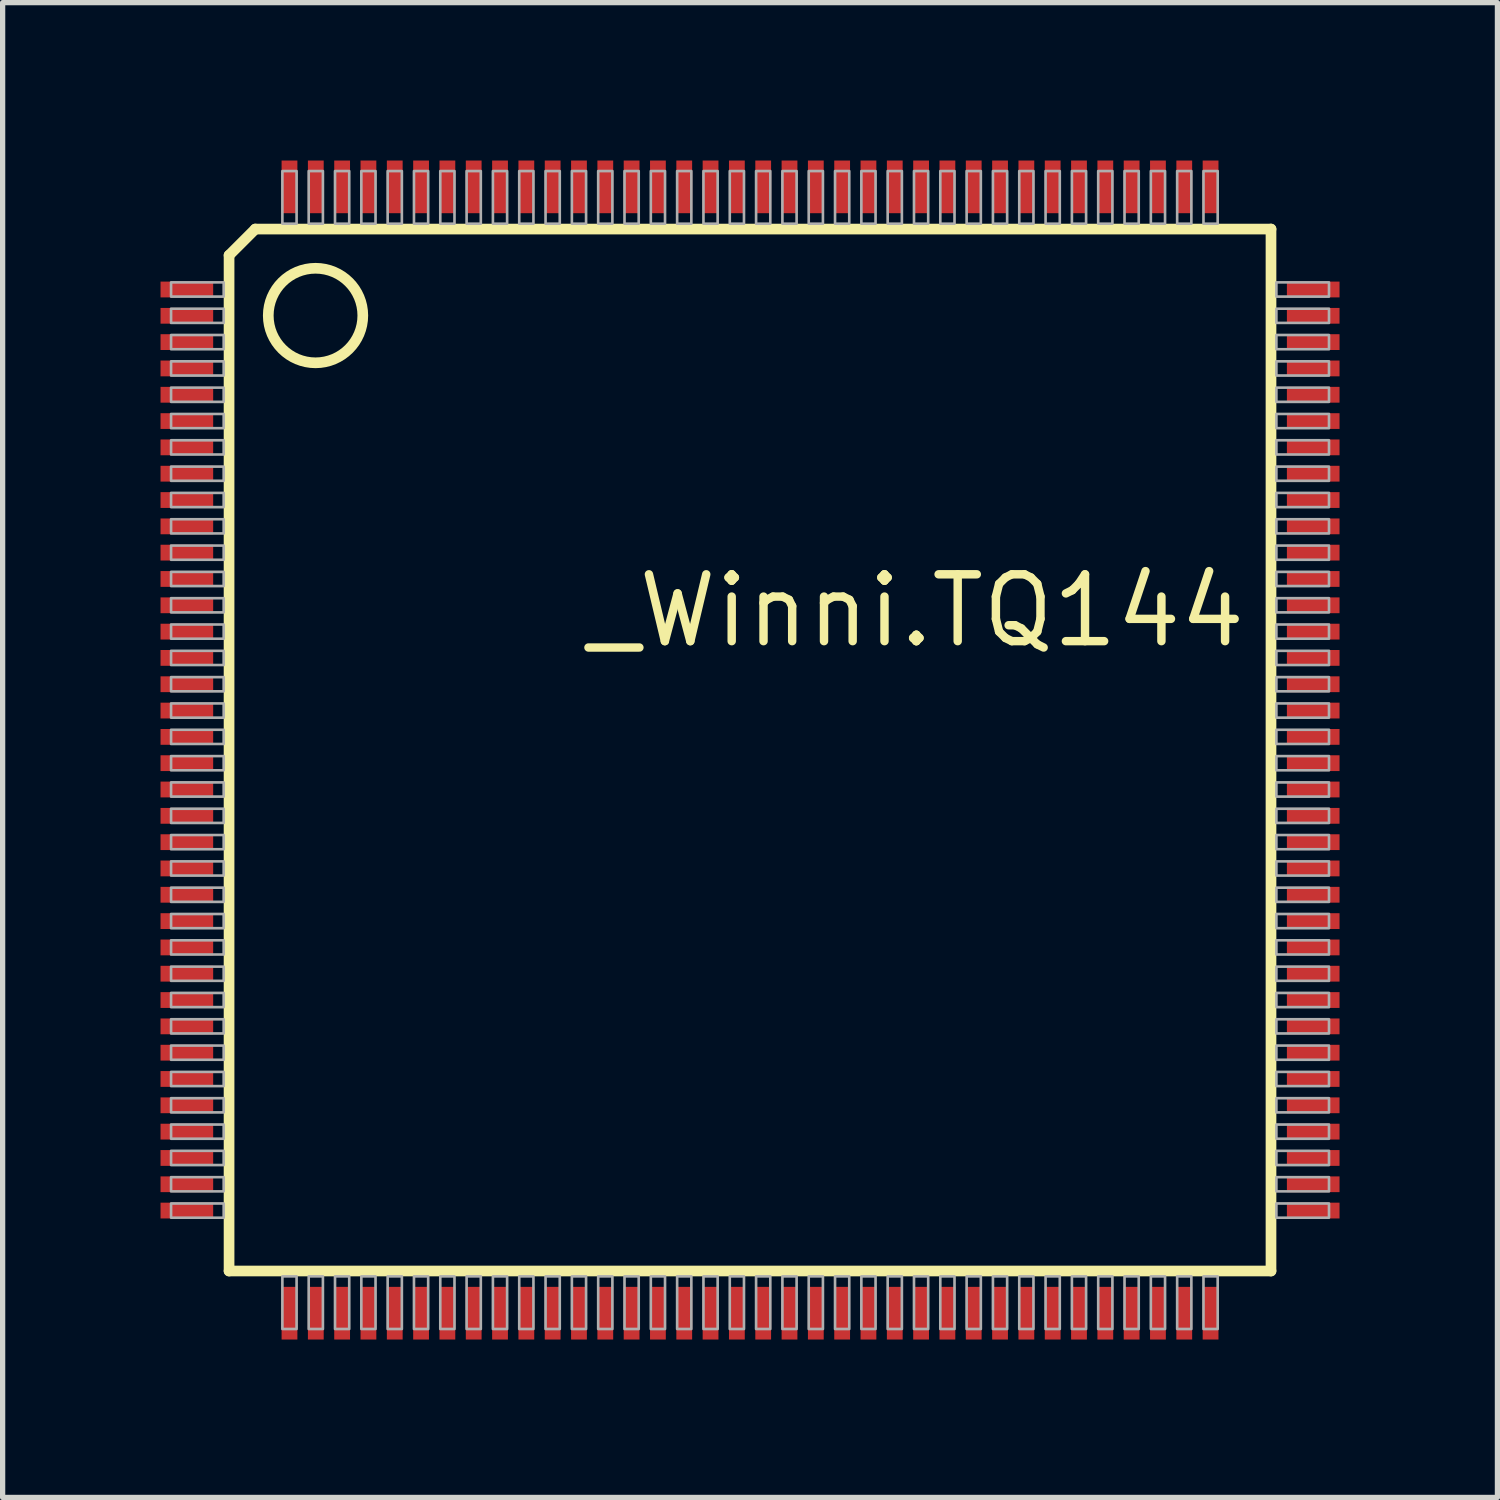
<source format=kicad_pcb>
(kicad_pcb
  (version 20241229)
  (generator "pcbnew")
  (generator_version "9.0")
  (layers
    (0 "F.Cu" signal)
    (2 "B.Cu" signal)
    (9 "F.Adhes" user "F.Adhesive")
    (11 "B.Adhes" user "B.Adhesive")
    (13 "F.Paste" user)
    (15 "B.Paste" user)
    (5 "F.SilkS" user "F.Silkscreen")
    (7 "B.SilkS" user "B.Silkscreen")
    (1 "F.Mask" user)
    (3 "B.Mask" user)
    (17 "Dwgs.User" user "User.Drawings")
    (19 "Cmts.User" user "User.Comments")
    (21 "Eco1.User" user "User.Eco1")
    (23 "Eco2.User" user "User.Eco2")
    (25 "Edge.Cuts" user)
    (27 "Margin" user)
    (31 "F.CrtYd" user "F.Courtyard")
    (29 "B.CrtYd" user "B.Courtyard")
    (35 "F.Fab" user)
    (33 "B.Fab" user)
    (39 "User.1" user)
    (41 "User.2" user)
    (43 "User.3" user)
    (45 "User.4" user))
  (footprint "_Winni.TQ144"
    (layer "F.Cu")
    (at 11.2 11.2)
    (property "Reference" "_Winni.TQ144" (at -3.175 -1.905 0) (layer "F.SilkS") (effects (font (size 1.27 1.27) (thickness 0.16)) (justify left bottom)))
    (attr smd)
    (fp_line (start -9.898 -9.4) (end -9.898 9.898) (stroke (width 0.203) (type default)) (layer "F.SilkS"))
    (fp_line (start -9.898 -9.4) (end -9.4 -9.898) (stroke (width 0.203) (type default)) (layer "F.SilkS"))
    (fp_line (start -9.898 9.898) (end 9.898 9.898) (stroke (width 0.203) (type default)) (layer "F.SilkS"))
    (fp_line (start 9.898 -9.898) (end -9.4 -9.898) (stroke (width 0.203) (type default)) (layer "F.SilkS"))
    (fp_line (start 9.898 9.898) (end 9.898 -9.898) (stroke (width 0.203) (type default)) (layer "F.SilkS"))
    (fp_circle (center -8.255 -8.255) (end -7.357 -8.255) (stroke (width 0.203) (type default)) (fill no) (layer "F.SilkS"))
    (fp_rect (start -11 -8.615) (end -10 -8.885) (stroke (width 0.05) (type default)) (fill no) (layer "F.Fab"))
    (fp_rect (start -11 -8.115) (end -10 -8.385) (stroke (width 0.05) (type default)) (fill no) (layer "F.Fab"))
    (fp_rect (start -11 -7.615) (end -10 -7.885) (stroke (width 0.05) (type default)) (fill no) (layer "F.Fab"))
    (fp_rect (start -11 -7.115) (end -10 -7.385) (stroke (width 0.05) (type default)) (fill no) (layer "F.Fab"))
    (fp_rect (start -11 -6.615) (end -10 -6.885) (stroke (width 0.05) (type default)) (fill no) (layer "F.Fab"))
    (fp_rect (start -11 -6.115) (end -10 -6.385) (stroke (width 0.05) (type default)) (fill no) (layer "F.Fab"))
    (fp_rect (start -11 -5.615) (end -10 -5.885) (stroke (width 0.05) (type default)) (fill no) (layer "F.Fab"))
    (fp_rect (start -11 -5.115) (end -10 -5.385) (stroke (width 0.05) (type default)) (fill no) (layer "F.Fab"))
    (fp_rect (start -11 -4.615) (end -10 -4.885) (stroke (width 0.05) (type default)) (fill no) (layer "F.Fab"))
    (fp_rect (start -11 -4.115) (end -10 -4.385) (stroke (width 0.05) (type default)) (fill no) (layer "F.Fab"))
    (fp_rect (start -11 -3.615) (end -10 -3.885) (stroke (width 0.05) (type default)) (fill no) (layer "F.Fab"))
    (fp_rect (start -11 -3.115) (end -10 -3.385) (stroke (width 0.05) (type default)) (fill no) (layer "F.Fab"))
    (fp_rect (start -11 -2.615) (end -10 -2.885) (stroke (width 0.05) (type default)) (fill no) (layer "F.Fab"))
    (fp_rect (start -11 -2.115) (end -10 -2.385) (stroke (width 0.05) (type default)) (fill no) (layer "F.Fab"))
    (fp_rect (start -11 -1.615) (end -10 -1.885) (stroke (width 0.05) (type default)) (fill no) (layer "F.Fab"))
    (fp_rect (start -11 -1.115) (end -10 -1.385) (stroke (width 0.05) (type default)) (fill no) (layer "F.Fab"))
    (fp_rect (start -11 -0.615) (end -10 -0.885) (stroke (width 0.05) (type default)) (fill no) (layer "F.Fab"))
    (fp_rect (start -11 -0.115) (end -10 -0.385) (stroke (width 0.05) (type default)) (fill no) (layer "F.Fab"))
    (fp_rect (start -11 0.385) (end -10 0.115) (stroke (width 0.05) (type default)) (fill no) (layer "F.Fab"))
    (fp_rect (start -11 0.885) (end -10 0.615) (stroke (width 0.05) (type default)) (fill no) (layer "F.Fab"))
    (fp_rect (start -11 1.385) (end -10 1.115) (stroke (width 0.05) (type default)) (fill no) (layer "F.Fab"))
    (fp_rect (start -11 1.885) (end -10 1.615) (stroke (width 0.05) (type default)) (fill no) (layer "F.Fab"))
    (fp_rect (start -11 2.385) (end -10 2.115) (stroke (width 0.05) (type default)) (fill no) (layer "F.Fab"))
    (fp_rect (start -11 2.885) (end -10 2.615) (stroke (width 0.05) (type default)) (fill no) (layer "F.Fab"))
    (fp_rect (start -11 3.385) (end -10 3.115) (stroke (width 0.05) (type default)) (fill no) (layer "F.Fab"))
    (fp_rect (start -11 3.885) (end -10 3.615) (stroke (width 0.05) (type default)) (fill no) (layer "F.Fab"))
    (fp_rect (start -11 4.385) (end -10 4.115) (stroke (width 0.05) (type default)) (fill no) (layer "F.Fab"))
    (fp_rect (start -11 4.885) (end -10 4.615) (stroke (width 0.05) (type default)) (fill no) (layer "F.Fab"))
    (fp_rect (start -11 5.385) (end -10 5.115) (stroke (width 0.05) (type default)) (fill no) (layer "F.Fab"))
    (fp_rect (start -11 5.885) (end -10 5.615) (stroke (width 0.05) (type default)) (fill no) (layer "F.Fab"))
    (fp_rect (start -11 6.385) (end -10 6.115) (stroke (width 0.05) (type default)) (fill no) (layer "F.Fab"))
    (fp_rect (start -11 6.885) (end -10 6.615) (stroke (width 0.05) (type default)) (fill no) (layer "F.Fab"))
    (fp_rect (start -11 7.385) (end -10 7.115) (stroke (width 0.05) (type default)) (fill no) (layer "F.Fab"))
    (fp_rect (start -11 7.885) (end -10 7.615) (stroke (width 0.05) (type default)) (fill no) (layer "F.Fab"))
    (fp_rect (start -11 8.385) (end -10 8.115) (stroke (width 0.05) (type default)) (fill no) (layer "F.Fab"))
    (fp_rect (start -11 8.885) (end -10 8.615) (stroke (width 0.05) (type default)) (fill no) (layer "F.Fab"))
    (fp_rect (start -8.885 -10) (end -8.615 -11) (stroke (width 0.05) (type default)) (fill no) (layer "F.Fab"))
    (fp_rect (start -8.885 11) (end -8.615 10) (stroke (width 0.05) (type default)) (fill no) (layer "F.Fab"))
    (fp_rect (start -8.385 -10) (end -8.115 -11) (stroke (width 0.05) (type default)) (fill no) (layer "F.Fab"))
    (fp_rect (start -8.385 11) (end -8.115 10) (stroke (width 0.05) (type default)) (fill no) (layer "F.Fab"))
    (fp_rect (start -7.885 -10) (end -7.615 -11) (stroke (width 0.05) (type default)) (fill no) (layer "F.Fab"))
    (fp_rect (start -7.885 11) (end -7.615 10) (stroke (width 0.05) (type default)) (fill no) (layer "F.Fab"))
    (fp_rect (start -7.385 -10) (end -7.115 -11) (stroke (width 0.05) (type default)) (fill no) (layer "F.Fab"))
    (fp_rect (start -7.385 11) (end -7.115 10) (stroke (width 0.05) (type default)) (fill no) (layer "F.Fab"))
    (fp_rect (start -6.885 -10) (end -6.615 -11) (stroke (width 0.05) (type default)) (fill no) (layer "F.Fab"))
    (fp_rect (start -6.885 11) (end -6.615 10) (stroke (width 0.05) (type default)) (fill no) (layer "F.Fab"))
    (fp_rect (start -6.385 -10) (end -6.115 -11) (stroke (width 0.05) (type default)) (fill no) (layer "F.Fab"))
    (fp_rect (start -6.385 11) (end -6.115 10) (stroke (width 0.05) (type default)) (fill no) (layer "F.Fab"))
    (fp_rect (start -5.885 -10) (end -5.615 -11) (stroke (width 0.05) (type default)) (fill no) (layer "F.Fab"))
    (fp_rect (start -5.885 11) (end -5.615 10) (stroke (width 0.05) (type default)) (fill no) (layer "F.Fab"))
    (fp_rect (start -5.385 -10) (end -5.115 -11) (stroke (width 0.05) (type default)) (fill no) (layer "F.Fab"))
    (fp_rect (start -5.385 11) (end -5.115 10) (stroke (width 0.05) (type default)) (fill no) (layer "F.Fab"))
    (fp_rect (start -4.885 -10) (end -4.615 -11) (stroke (width 0.05) (type default)) (fill no) (layer "F.Fab"))
    (fp_rect (start -4.885 11) (end -4.615 10) (stroke (width 0.05) (type default)) (fill no) (layer "F.Fab"))
    (fp_rect (start -4.385 -10) (end -4.115 -11) (stroke (width 0.05) (type default)) (fill no) (layer "F.Fab"))
    (fp_rect (start -4.385 11) (end -4.115 10) (stroke (width 0.05) (type default)) (fill no) (layer "F.Fab"))
    (fp_rect (start -3.885 -10) (end -3.615 -11) (stroke (width 0.05) (type default)) (fill no) (layer "F.Fab"))
    (fp_rect (start -3.885 11) (end -3.615 10) (stroke (width 0.05) (type default)) (fill no) (layer "F.Fab"))
    (fp_rect (start -3.385 -10) (end -3.115 -11) (stroke (width 0.05) (type default)) (fill no) (layer "F.Fab"))
    (fp_rect (start -3.385 11) (end -3.115 10) (stroke (width 0.05) (type default)) (fill no) (layer "F.Fab"))
    (fp_rect (start -2.885 -10) (end -2.615 -11) (stroke (width 0.05) (type default)) (fill no) (layer "F.Fab"))
    (fp_rect (start -2.885 11) (end -2.615 10) (stroke (width 0.05) (type default)) (fill no) (layer "F.Fab"))
    (fp_rect (start -2.385 -10) (end -2.115 -11) (stroke (width 0.05) (type default)) (fill no) (layer "F.Fab"))
    (fp_rect (start -2.385 11) (end -2.115 10) (stroke (width 0.05) (type default)) (fill no) (layer "F.Fab"))
    (fp_rect (start -1.885 -10) (end -1.615 -11) (stroke (width 0.05) (type default)) (fill no) (layer "F.Fab"))
    (fp_rect (start -1.885 11) (end -1.615 10) (stroke (width 0.05) (type default)) (fill no) (layer "F.Fab"))
    (fp_rect (start -1.385 -10) (end -1.115 -11) (stroke (width 0.05) (type default)) (fill no) (layer "F.Fab"))
    (fp_rect (start -1.385 11) (end -1.115 10) (stroke (width 0.05) (type default)) (fill no) (layer "F.Fab"))
    (fp_rect (start -0.885 -10) (end -0.615 -11) (stroke (width 0.05) (type default)) (fill no) (layer "F.Fab"))
    (fp_rect (start -0.885 11) (end -0.615 10) (stroke (width 0.05) (type default)) (fill no) (layer "F.Fab"))
    (fp_rect (start -0.385 -10) (end -0.115 -11) (stroke (width 0.05) (type default)) (fill no) (layer "F.Fab"))
    (fp_rect (start -0.385 11) (end -0.115 10) (stroke (width 0.05) (type default)) (fill no) (layer "F.Fab"))
    (fp_rect (start 0.115 -10) (end 0.385 -11) (stroke (width 0.05) (type default)) (fill no) (layer "F.Fab"))
    (fp_rect (start 0.115 11) (end 0.385 10) (stroke (width 0.05) (type default)) (fill no) (layer "F.Fab"))
    (fp_rect (start 0.615 -10) (end 0.885 -11) (stroke (width 0.05) (type default)) (fill no) (layer "F.Fab"))
    (fp_rect (start 0.615 11) (end 0.885 10) (stroke (width 0.05) (type default)) (fill no) (layer "F.Fab"))
    (fp_rect (start 1.115 -10) (end 1.385 -11) (stroke (width 0.05) (type default)) (fill no) (layer "F.Fab"))
    (fp_rect (start 1.115 11) (end 1.385 10) (stroke (width 0.05) (type default)) (fill no) (layer "F.Fab"))
    (fp_rect (start 1.615 -10) (end 1.885 -11) (stroke (width 0.05) (type default)) (fill no) (layer "F.Fab"))
    (fp_rect (start 1.615 11) (end 1.885 10) (stroke (width 0.05) (type default)) (fill no) (layer "F.Fab"))
    (fp_rect (start 2.115 -10) (end 2.385 -11) (stroke (width 0.05) (type default)) (fill no) (layer "F.Fab"))
    (fp_rect (start 2.115 11) (end 2.385 10) (stroke (width 0.05) (type default)) (fill no) (layer "F.Fab"))
    (fp_rect (start 2.615 -10) (end 2.885 -11) (stroke (width 0.05) (type default)) (fill no) (layer "F.Fab"))
    (fp_rect (start 2.615 11) (end 2.885 10) (stroke (width 0.05) (type default)) (fill no) (layer "F.Fab"))
    (fp_rect (start 3.115 -10) (end 3.385 -11) (stroke (width 0.05) (type default)) (fill no) (layer "F.Fab"))
    (fp_rect (start 3.115 11) (end 3.385 10) (stroke (width 0.05) (type default)) (fill no) (layer "F.Fab"))
    (fp_rect (start 3.615 -10) (end 3.885 -11) (stroke (width 0.05) (type default)) (fill no) (layer "F.Fab"))
    (fp_rect (start 3.615 11) (end 3.885 10) (stroke (width 0.05) (type default)) (fill no) (layer "F.Fab"))
    (fp_rect (start 4.115 -10) (end 4.385 -11) (stroke (width 0.05) (type default)) (fill no) (layer "F.Fab"))
    (fp_rect (start 4.115 11) (end 4.385 10) (stroke (width 0.05) (type default)) (fill no) (layer "F.Fab"))
    (fp_rect (start 4.615 -10) (end 4.885 -11) (stroke (width 0.05) (type default)) (fill no) (layer "F.Fab"))
    (fp_rect (start 4.615 11) (end 4.885 10) (stroke (width 0.05) (type default)) (fill no) (layer "F.Fab"))
    (fp_rect (start 5.115 -10) (end 5.385 -11) (stroke (width 0.05) (type default)) (fill no) (layer "F.Fab"))
    (fp_rect (start 5.115 11) (end 5.385 10) (stroke (width 0.05) (type default)) (fill no) (layer "F.Fab"))
    (fp_rect (start 5.615 -10) (end 5.885 -11) (stroke (width 0.05) (type default)) (fill no) (layer "F.Fab"))
    (fp_rect (start 5.615 11) (end 5.885 10) (stroke (width 0.05) (type default)) (fill no) (layer "F.Fab"))
    (fp_rect (start 6.115 -10) (end 6.385 -11) (stroke (width 0.05) (type default)) (fill no) (layer "F.Fab"))
    (fp_rect (start 6.115 11) (end 6.385 10) (stroke (width 0.05) (type default)) (fill no) (layer "F.Fab"))
    (fp_rect (start 6.615 -10) (end 6.885 -11) (stroke (width 0.05) (type default)) (fill no) (layer "F.Fab"))
    (fp_rect (start 6.615 11) (end 6.885 10) (stroke (width 0.05) (type default)) (fill no) (layer "F.Fab"))
    (fp_rect (start 7.115 -10) (end 7.385 -11) (stroke (width 0.05) (type default)) (fill no) (layer "F.Fab"))
    (fp_rect (start 7.115 11) (end 7.385 10) (stroke (width 0.05) (type default)) (fill no) (layer "F.Fab"))
    (fp_rect (start 7.615 -10) (end 7.885 -11) (stroke (width 0.05) (type default)) (fill no) (layer "F.Fab"))
    (fp_rect (start 7.615 11) (end 7.885 10) (stroke (width 0.05) (type default)) (fill no) (layer "F.Fab"))
    (fp_rect (start 8.115 -10) (end 8.385 -11) (stroke (width 0.05) (type default)) (fill no) (layer "F.Fab"))
    (fp_rect (start 8.115 11) (end 8.385 10) (stroke (width 0.05) (type default)) (fill no) (layer "F.Fab"))
    (fp_rect (start 8.615 -10) (end 8.885 -11) (stroke (width 0.05) (type default)) (fill no) (layer "F.Fab"))
    (fp_rect (start 8.615 11) (end 8.885 10) (stroke (width 0.05) (type default)) (fill no) (layer "F.Fab"))
    (fp_rect (start 10 -8.615) (end 11 -8.885) (stroke (width 0.05) (type default)) (fill no) (layer "F.Fab"))
    (fp_rect (start 10 -8.115) (end 11 -8.385) (stroke (width 0.05) (type default)) (fill no) (layer "F.Fab"))
    (fp_rect (start 10 -7.615) (end 11 -7.885) (stroke (width 0.05) (type default)) (fill no) (layer "F.Fab"))
    (fp_rect (start 10 -7.115) (end 11 -7.385) (stroke (width 0.05) (type default)) (fill no) (layer "F.Fab"))
    (fp_rect (start 10 -6.615) (end 11 -6.885) (stroke (width 0.05) (type default)) (fill no) (layer "F.Fab"))
    (fp_rect (start 10 -6.115) (end 11 -6.385) (stroke (width 0.05) (type default)) (fill no) (layer "F.Fab"))
    (fp_rect (start 10 -5.615) (end 11 -5.885) (stroke (width 0.05) (type default)) (fill no) (layer "F.Fab"))
    (fp_rect (start 10 -5.115) (end 11 -5.385) (stroke (width 0.05) (type default)) (fill no) (layer "F.Fab"))
    (fp_rect (start 10 -4.615) (end 11 -4.885) (stroke (width 0.05) (type default)) (fill no) (layer "F.Fab"))
    (fp_rect (start 10 -4.115) (end 11 -4.385) (stroke (width 0.05) (type default)) (fill no) (layer "F.Fab"))
    (fp_rect (start 10 -3.615) (end 11 -3.885) (stroke (width 0.05) (type default)) (fill no) (layer "F.Fab"))
    (fp_rect (start 10 -3.115) (end 11 -3.385) (stroke (width 0.05) (type default)) (fill no) (layer "F.Fab"))
    (fp_rect (start 10 -2.615) (end 11 -2.885) (stroke (width 0.05) (type default)) (fill no) (layer "F.Fab"))
    (fp_rect (start 10 -2.115) (end 11 -2.385) (stroke (width 0.05) (type default)) (fill no) (layer "F.Fab"))
    (fp_rect (start 10 -1.615) (end 11 -1.885) (stroke (width 0.05) (type default)) (fill no) (layer "F.Fab"))
    (fp_rect (start 10 -1.115) (end 11 -1.385) (stroke (width 0.05) (type default)) (fill no) (layer "F.Fab"))
    (fp_rect (start 10 -0.615) (end 11 -0.885) (stroke (width 0.05) (type default)) (fill no) (layer "F.Fab"))
    (fp_rect (start 10 -0.115) (end 11 -0.385) (stroke (width 0.05) (type default)) (fill no) (layer "F.Fab"))
    (fp_rect (start 10 0.385) (end 11 0.115) (stroke (width 0.05) (type default)) (fill no) (layer "F.Fab"))
    (fp_rect (start 10 0.885) (end 11 0.615) (stroke (width 0.05) (type default)) (fill no) (layer "F.Fab"))
    (fp_rect (start 10 1.385) (end 11 1.115) (stroke (width 0.05) (type default)) (fill no) (layer "F.Fab"))
    (fp_rect (start 10 1.885) (end 11 1.615) (stroke (width 0.05) (type default)) (fill no) (layer "F.Fab"))
    (fp_rect (start 10 2.385) (end 11 2.115) (stroke (width 0.05) (type default)) (fill no) (layer "F.Fab"))
    (fp_rect (start 10 2.885) (end 11 2.615) (stroke (width 0.05) (type default)) (fill no) (layer "F.Fab"))
    (fp_rect (start 10 3.385) (end 11 3.115) (stroke (width 0.05) (type default)) (fill no) (layer "F.Fab"))
    (fp_rect (start 10 3.885) (end 11 3.615) (stroke (width 0.05) (type default)) (fill no) (layer "F.Fab"))
    (fp_rect (start 10 4.385) (end 11 4.115) (stroke (width 0.05) (type default)) (fill no) (layer "F.Fab"))
    (fp_rect (start 10 4.885) (end 11 4.615) (stroke (width 0.05) (type default)) (fill no) (layer "F.Fab"))
    (fp_rect (start 10 5.385) (end 11 5.115) (stroke (width 0.05) (type default)) (fill no) (layer "F.Fab"))
    (fp_rect (start 10 5.885) (end 11 5.615) (stroke (width 0.05) (type default)) (fill no) (layer "F.Fab"))
    (fp_rect (start 10 6.385) (end 11 6.115) (stroke (width 0.05) (type default)) (fill no) (layer "F.Fab"))
    (fp_rect (start 10 6.885) (end 11 6.615) (stroke (width 0.05) (type default)) (fill no) (layer "F.Fab"))
    (fp_rect (start 10 7.385) (end 11 7.115) (stroke (width 0.05) (type default)) (fill no) (layer "F.Fab"))
    (fp_rect (start 10 7.885) (end 11 7.615) (stroke (width 0.05) (type default)) (fill no) (layer "F.Fab"))
    (fp_rect (start 10 8.385) (end 11 8.115) (stroke (width 0.05) (type default)) (fill no) (layer "F.Fab"))
    (fp_rect (start 10 8.885) (end 11 8.615) (stroke (width 0.05) (type default)) (fill no) (layer "F.Fab"))
    (pad "1" smd roundrect (at -10.7 -8.75) (size 1 0.3) (layers "F.Cu" "F.Mask" "F.Paste") (roundrect_rratio 0.01))
    (pad "2" smd roundrect (at -10.7 -8.25) (size 1 0.3) (layers "F.Cu" "F.Mask" "F.Paste") (roundrect_rratio 0.01))
    (pad "3" smd roundrect (at -10.7 -7.75) (size 1 0.3) (layers "F.Cu" "F.Mask" "F.Paste") (roundrect_rratio 0.01))
    (pad "4" smd roundrect (at -10.7 -7.25) (size 1 0.3) (layers "F.Cu" "F.Mask" "F.Paste") (roundrect_rratio 0.01))
    (pad "5" smd roundrect (at -10.7 -6.75) (size 1 0.3) (layers "F.Cu" "F.Mask" "F.Paste") (roundrect_rratio 0.01))
    (pad "6" smd roundrect (at -10.7 -6.25) (size 1 0.3) (layers "F.Cu" "F.Mask" "F.Paste") (roundrect_rratio 0.01))
    (pad "7" smd roundrect (at -10.7 -5.75) (size 1 0.3) (layers "F.Cu" "F.Mask" "F.Paste") (roundrect_rratio 0.01))
    (pad "8" smd roundrect (at -10.7 -5.25) (size 1 0.3) (layers "F.Cu" "F.Mask" "F.Paste") (roundrect_rratio 0.01))
    (pad "9" smd roundrect (at -10.7 -4.75) (size 1 0.3) (layers "F.Cu" "F.Mask" "F.Paste") (roundrect_rratio 0.01))
    (pad "10" smd roundrect (at -10.7 -4.25) (size 1 0.3) (layers "F.Cu" "F.Mask" "F.Paste") (roundrect_rratio 0.01))
    (pad "11" smd roundrect (at -10.7 -3.75) (size 1 0.3) (layers "F.Cu" "F.Mask" "F.Paste") (roundrect_rratio 0.01))
    (pad "12" smd roundrect (at -10.7 -3.25) (size 1 0.3) (layers "F.Cu" "F.Mask" "F.Paste") (roundrect_rratio 0.01))
    (pad "13" smd roundrect (at -10.7 -2.75) (size 1 0.3) (layers "F.Cu" "F.Mask" "F.Paste") (roundrect_rratio 0.01))
    (pad "14" smd roundrect (at -10.7 -2.25) (size 1 0.3) (layers "F.Cu" "F.Mask" "F.Paste") (roundrect_rratio 0.01))
    (pad "15" smd roundrect (at -10.7 -1.75) (size 1 0.3) (layers "F.Cu" "F.Mask" "F.Paste") (roundrect_rratio 0.01))
    (pad "16" smd roundrect (at -10.7 -1.25) (size 1 0.3) (layers "F.Cu" "F.Mask" "F.Paste") (roundrect_rratio 0.01))
    (pad "17" smd roundrect (at -10.7 -0.75) (size 1 0.3) (layers "F.Cu" "F.Mask" "F.Paste") (roundrect_rratio 0.01))
    (pad "18" smd roundrect (at -10.7 -0.25) (size 1 0.3) (layers "F.Cu" "F.Mask" "F.Paste") (roundrect_rratio 0.01))
    (pad "19" smd roundrect (at -10.7 0.25) (size 1 0.3) (layers "F.Cu" "F.Mask" "F.Paste") (roundrect_rratio 0.01))
    (pad "20" smd roundrect (at -10.7 0.75) (size 1 0.3) (layers "F.Cu" "F.Mask" "F.Paste") (roundrect_rratio 0.01))
    (pad "21" smd roundrect (at -10.7 1.25) (size 1 0.3) (layers "F.Cu" "F.Mask" "F.Paste") (roundrect_rratio 0.01))
    (pad "22" smd roundrect (at -10.7 1.75) (size 1 0.3) (layers "F.Cu" "F.Mask" "F.Paste") (roundrect_rratio 0.01))
    (pad "23" smd roundrect (at -10.7 2.25) (size 1 0.3) (layers "F.Cu" "F.Mask" "F.Paste") (roundrect_rratio 0.01))
    (pad "24" smd roundrect (at -10.7 2.75) (size 1 0.3) (layers "F.Cu" "F.Mask" "F.Paste") (roundrect_rratio 0.01))
    (pad "25" smd roundrect (at -10.7 3.25) (size 1 0.3) (layers "F.Cu" "F.Mask" "F.Paste") (roundrect_rratio 0.01))
    (pad "26" smd roundrect (at -10.7 3.75) (size 1 0.3) (layers "F.Cu" "F.Mask" "F.Paste") (roundrect_rratio 0.01))
    (pad "27" smd roundrect (at -10.7 4.25) (size 1 0.3) (layers "F.Cu" "F.Mask" "F.Paste") (roundrect_rratio 0.01))
    (pad "28" smd roundrect (at -10.7 4.75) (size 1 0.3) (layers "F.Cu" "F.Mask" "F.Paste") (roundrect_rratio 0.01))
    (pad "29" smd roundrect (at -10.7 5.25) (size 1 0.3) (layers "F.Cu" "F.Mask" "F.Paste") (roundrect_rratio 0.01))
    (pad "30" smd roundrect (at -10.7 5.75) (size 1 0.3) (layers "F.Cu" "F.Mask" "F.Paste") (roundrect_rratio 0.01))
    (pad "31" smd roundrect (at -10.7 6.25) (size 1 0.3) (layers "F.Cu" "F.Mask" "F.Paste") (roundrect_rratio 0.01))
    (pad "32" smd roundrect (at -10.7 6.75) (size 1 0.3) (layers "F.Cu" "F.Mask" "F.Paste") (roundrect_rratio 0.01))
    (pad "33" smd roundrect (at -10.7 7.25) (size 1 0.3) (layers "F.Cu" "F.Mask" "F.Paste") (roundrect_rratio 0.01))
    (pad "34" smd roundrect (at -10.7 7.75) (size 1 0.3) (layers "F.Cu" "F.Mask" "F.Paste") (roundrect_rratio 0.01))
    (pad "35" smd roundrect (at -10.7 8.25) (size 1 0.3) (layers "F.Cu" "F.Mask" "F.Paste") (roundrect_rratio 0.01))
    (pad "36" smd roundrect (at -10.7 8.75) (size 1 0.3) (layers "F.Cu" "F.Mask" "F.Paste") (roundrect_rratio 0.01))
    (pad "37" smd roundrect (at -8.75 10.7) (size 0.3 1) (layers "F.Cu" "F.Mask" "F.Paste") (roundrect_rratio 0.01))
    (pad "38" smd roundrect (at -8.25 10.7) (size 0.3 1) (layers "F.Cu" "F.Mask" "F.Paste") (roundrect_rratio 0.01))
    (pad "39" smd roundrect (at -7.75 10.7) (size 0.3 1) (layers "F.Cu" "F.Mask" "F.Paste") (roundrect_rratio 0.01))
    (pad "40" smd roundrect (at -7.25 10.7) (size 0.3 1) (layers "F.Cu" "F.Mask" "F.Paste") (roundrect_rratio 0.01))
    (pad "41" smd roundrect (at -6.75 10.7) (size 0.3 1) (layers "F.Cu" "F.Mask" "F.Paste") (roundrect_rratio 0.01))
    (pad "42" smd roundrect (at -6.25 10.7) (size 0.3 1) (layers "F.Cu" "F.Mask" "F.Paste") (roundrect_rratio 0.01))
    (pad "43" smd roundrect (at -5.75 10.7) (size 0.3 1) (layers "F.Cu" "F.Mask" "F.Paste") (roundrect_rratio 0.01))
    (pad "44" smd roundrect (at -5.25 10.7) (size 0.3 1) (layers "F.Cu" "F.Mask" "F.Paste") (roundrect_rratio 0.01))
    (pad "45" smd roundrect (at -4.75 10.7) (size 0.3 1) (layers "F.Cu" "F.Mask" "F.Paste") (roundrect_rratio 0.01))
    (pad "46" smd roundrect (at -4.25 10.7) (size 0.3 1) (layers "F.Cu" "F.Mask" "F.Paste") (roundrect_rratio 0.01))
    (pad "47" smd roundrect (at -3.75 10.7) (size 0.3 1) (layers "F.Cu" "F.Mask" "F.Paste") (roundrect_rratio 0.01))
    (pad "48" smd roundrect (at -3.25 10.7) (size 0.3 1) (layers "F.Cu" "F.Mask" "F.Paste") (roundrect_rratio 0.01))
    (pad "49" smd roundrect (at -2.75 10.7) (size 0.3 1) (layers "F.Cu" "F.Mask" "F.Paste") (roundrect_rratio 0.01))
    (pad "50" smd roundrect (at -2.25 10.7) (size 0.3 1) (layers "F.Cu" "F.Mask" "F.Paste") (roundrect_rratio 0.01))
    (pad "51" smd roundrect (at -1.75 10.7) (size 0.3 1) (layers "F.Cu" "F.Mask" "F.Paste") (roundrect_rratio 0.01))
    (pad "52" smd roundrect (at -1.25 10.7) (size 0.3 1) (layers "F.Cu" "F.Mask" "F.Paste") (roundrect_rratio 0.01))
    (pad "53" smd roundrect (at -0.75 10.7) (size 0.3 1) (layers "F.Cu" "F.Mask" "F.Paste") (roundrect_rratio 0.01))
    (pad "54" smd roundrect (at -0.25 10.7) (size 0.3 1) (layers "F.Cu" "F.Mask" "F.Paste") (roundrect_rratio 0.01))
    (pad "55" smd roundrect (at 0.25 10.7) (size 0.3 1) (layers "F.Cu" "F.Mask" "F.Paste") (roundrect_rratio 0.01))
    (pad "56" smd roundrect (at 0.75 10.7) (size 0.3 1) (layers "F.Cu" "F.Mask" "F.Paste") (roundrect_rratio 0.01))
    (pad "57" smd roundrect (at 1.25 10.7) (size 0.3 1) (layers "F.Cu" "F.Mask" "F.Paste") (roundrect_rratio 0.01))
    (pad "58" smd roundrect (at 1.75 10.7) (size 0.3 1) (layers "F.Cu" "F.Mask" "F.Paste") (roundrect_rratio 0.01))
    (pad "59" smd roundrect (at 2.25 10.7) (size 0.3 1) (layers "F.Cu" "F.Mask" "F.Paste") (roundrect_rratio 0.01))
    (pad "60" smd roundrect (at 2.75 10.7) (size 0.3 1) (layers "F.Cu" "F.Mask" "F.Paste") (roundrect_rratio 0.01))
    (pad "61" smd roundrect (at 3.25 10.7) (size 0.3 1) (layers "F.Cu" "F.Mask" "F.Paste") (roundrect_rratio 0.01))
    (pad "62" smd roundrect (at 3.75 10.7) (size 0.3 1) (layers "F.Cu" "F.Mask" "F.Paste") (roundrect_rratio 0.01))
    (pad "63" smd roundrect (at 4.25 10.7) (size 0.3 1) (layers "F.Cu" "F.Mask" "F.Paste") (roundrect_rratio 0.01))
    (pad "64" smd roundrect (at 4.75 10.7) (size 0.3 1) (layers "F.Cu" "F.Mask" "F.Paste") (roundrect_rratio 0.01))
    (pad "65" smd roundrect (at 5.25 10.7) (size 0.3 1) (layers "F.Cu" "F.Mask" "F.Paste") (roundrect_rratio 0.01))
    (pad "66" smd roundrect (at 5.75 10.7) (size 0.3 1) (layers "F.Cu" "F.Mask" "F.Paste") (roundrect_rratio 0.01))
    (pad "67" smd roundrect (at 6.25 10.7) (size 0.3 1) (layers "F.Cu" "F.Mask" "F.Paste") (roundrect_rratio 0.01))
    (pad "68" smd roundrect (at 6.75 10.7) (size 0.3 1) (layers "F.Cu" "F.Mask" "F.Paste") (roundrect_rratio 0.01))
    (pad "69" smd roundrect (at 7.25 10.7) (size 0.3 1) (layers "F.Cu" "F.Mask" "F.Paste") (roundrect_rratio 0.01))
    (pad "70" smd roundrect (at 7.75 10.7) (size 0.3 1) (layers "F.Cu" "F.Mask" "F.Paste") (roundrect_rratio 0.01))
    (pad "71" smd roundrect (at 8.25 10.7) (size 0.3 1) (layers "F.Cu" "F.Mask" "F.Paste") (roundrect_rratio 0.01))
    (pad "72" smd roundrect (at 8.75 10.7) (size 0.3 1) (layers "F.Cu" "F.Mask" "F.Paste") (roundrect_rratio 0.01))
    (pad "73" smd roundrect (at 10.7 8.75) (size 1 0.3) (layers "F.Cu" "F.Mask" "F.Paste") (roundrect_rratio 0.01))
    (pad "74" smd roundrect (at 10.7 8.25) (size 1 0.3) (layers "F.Cu" "F.Mask" "F.Paste") (roundrect_rratio 0.01))
    (pad "75" smd roundrect (at 10.7 7.75) (size 1 0.3) (layers "F.Cu" "F.Mask" "F.Paste") (roundrect_rratio 0.01))
    (pad "76" smd roundrect (at 10.7 7.25) (size 1 0.3) (layers "F.Cu" "F.Mask" "F.Paste") (roundrect_rratio 0.01))
    (pad "77" smd roundrect (at 10.7 6.75) (size 1 0.3) (layers "F.Cu" "F.Mask" "F.Paste") (roundrect_rratio 0.01))
    (pad "78" smd roundrect (at 10.7 6.25) (size 1 0.3) (layers "F.Cu" "F.Mask" "F.Paste") (roundrect_rratio 0.01))
    (pad "79" smd roundrect (at 10.7 5.75) (size 1 0.3) (layers "F.Cu" "F.Mask" "F.Paste") (roundrect_rratio 0.01))
    (pad "80" smd roundrect (at 10.7 5.25) (size 1 0.3) (layers "F.Cu" "F.Mask" "F.Paste") (roundrect_rratio 0.01))
    (pad "81" smd roundrect (at 10.7 4.75) (size 1 0.3) (layers "F.Cu" "F.Mask" "F.Paste") (roundrect_rratio 0.01))
    (pad "82" smd roundrect (at 10.7 4.25) (size 1 0.3) (layers "F.Cu" "F.Mask" "F.Paste") (roundrect_rratio 0.01))
    (pad "83" smd roundrect (at 10.7 3.75) (size 1 0.3) (layers "F.Cu" "F.Mask" "F.Paste") (roundrect_rratio 0.01))
    (pad "84" smd roundrect (at 10.7 3.25) (size 1 0.3) (layers "F.Cu" "F.Mask" "F.Paste") (roundrect_rratio 0.01))
    (pad "85" smd roundrect (at 10.7 2.75) (size 1 0.3) (layers "F.Cu" "F.Mask" "F.Paste") (roundrect_rratio 0.01))
    (pad "86" smd roundrect (at 10.7 2.25) (size 1 0.3) (layers "F.Cu" "F.Mask" "F.Paste") (roundrect_rratio 0.01))
    (pad "87" smd roundrect (at 10.7 1.75) (size 1 0.3) (layers "F.Cu" "F.Mask" "F.Paste") (roundrect_rratio 0.01))
    (pad "88" smd roundrect (at 10.7 1.25) (size 1 0.3) (layers "F.Cu" "F.Mask" "F.Paste") (roundrect_rratio 0.01))
    (pad "89" smd roundrect (at 10.7 0.75) (size 1 0.3) (layers "F.Cu" "F.Mask" "F.Paste") (roundrect_rratio 0.01))
    (pad "90" smd roundrect (at 10.7 0.25) (size 1 0.3) (layers "F.Cu" "F.Mask" "F.Paste") (roundrect_rratio 0.01))
    (pad "91" smd roundrect (at 10.7 -0.25) (size 1 0.3) (layers "F.Cu" "F.Mask" "F.Paste") (roundrect_rratio 0.01))
    (pad "92" smd roundrect (at 10.7 -0.75) (size 1 0.3) (layers "F.Cu" "F.Mask" "F.Paste") (roundrect_rratio 0.01))
    (pad "93" smd roundrect (at 10.7 -1.25) (size 1 0.3) (layers "F.Cu" "F.Mask" "F.Paste") (roundrect_rratio 0.01))
    (pad "94" smd roundrect (at 10.7 -1.75) (size 1 0.3) (layers "F.Cu" "F.Mask" "F.Paste") (roundrect_rratio 0.01))
    (pad "95" smd roundrect (at 10.7 -2.25) (size 1 0.3) (layers "F.Cu" "F.Mask" "F.Paste") (roundrect_rratio 0.01))
    (pad "96" smd roundrect (at 10.7 -2.75) (size 1 0.3) (layers "F.Cu" "F.Mask" "F.Paste") (roundrect_rratio 0.01))
    (pad "97" smd roundrect (at 10.7 -3.25) (size 1 0.3) (layers "F.Cu" "F.Mask" "F.Paste") (roundrect_rratio 0.01))
    (pad "98" smd roundrect (at 10.7 -3.75) (size 1 0.3) (layers "F.Cu" "F.Mask" "F.Paste") (roundrect_rratio 0.01))
    (pad "99" smd roundrect (at 10.7 -4.25) (size 1 0.3) (layers "F.Cu" "F.Mask" "F.Paste") (roundrect_rratio 0.01))
    (pad "100" smd roundrect (at 10.7 -4.75) (size 1 0.3) (layers "F.Cu" "F.Mask" "F.Paste") (roundrect_rratio 0.01))
    (pad "101" smd roundrect (at 10.7 -5.25) (size 1 0.3) (layers "F.Cu" "F.Mask" "F.Paste") (roundrect_rratio 0.01))
    (pad "102" smd roundrect (at 10.7 -5.75) (size 1 0.3) (layers "F.Cu" "F.Mask" "F.Paste") (roundrect_rratio 0.01))
    (pad "103" smd roundrect (at 10.7 -6.25) (size 1 0.3) (layers "F.Cu" "F.Mask" "F.Paste") (roundrect_rratio 0.01))
    (pad "104" smd roundrect (at 10.7 -6.75) (size 1 0.3) (layers "F.Cu" "F.Mask" "F.Paste") (roundrect_rratio 0.01))
    (pad "105" smd roundrect (at 10.7 -7.25) (size 1 0.3) (layers "F.Cu" "F.Mask" "F.Paste") (roundrect_rratio 0.01))
    (pad "106" smd roundrect (at 10.7 -7.75) (size 1 0.3) (layers "F.Cu" "F.Mask" "F.Paste") (roundrect_rratio 0.01))
    (pad "107" smd roundrect (at 10.7 -8.25) (size 1 0.3) (layers "F.Cu" "F.Mask" "F.Paste") (roundrect_rratio 0.01))
    (pad "108" smd roundrect (at 10.7 -8.75) (size 1 0.3) (layers "F.Cu" "F.Mask" "F.Paste") (roundrect_rratio 0.01))
    (pad "109" smd roundrect (at 8.75 -10.7) (size 0.3 1) (layers "F.Cu" "F.Mask" "F.Paste") (roundrect_rratio 0.01))
    (pad "110" smd roundrect (at 8.25 -10.7) (size 0.3 1) (layers "F.Cu" "F.Mask" "F.Paste") (roundrect_rratio 0.01))
    (pad "111" smd roundrect (at 7.75 -10.7) (size 0.3 1) (layers "F.Cu" "F.Mask" "F.Paste") (roundrect_rratio 0.01))
    (pad "112" smd roundrect (at 7.25 -10.7) (size 0.3 1) (layers "F.Cu" "F.Mask" "F.Paste") (roundrect_rratio 0.01))
    (pad "113" smd roundrect (at 6.75 -10.7) (size 0.3 1) (layers "F.Cu" "F.Mask" "F.Paste") (roundrect_rratio 0.01))
    (pad "114" smd roundrect (at 6.25 -10.7) (size 0.3 1) (layers "F.Cu" "F.Mask" "F.Paste") (roundrect_rratio 0.01))
    (pad "115" smd roundrect (at 5.75 -10.7) (size 0.3 1) (layers "F.Cu" "F.Mask" "F.Paste") (roundrect_rratio 0.01))
    (pad "116" smd roundrect (at 5.25 -10.7) (size 0.3 1) (layers "F.Cu" "F.Mask" "F.Paste") (roundrect_rratio 0.01))
    (pad "117" smd roundrect (at 4.75 -10.7) (size 0.3 1) (layers "F.Cu" "F.Mask" "F.Paste") (roundrect_rratio 0.01))
    (pad "118" smd roundrect (at 4.25 -10.7) (size 0.3 1) (layers "F.Cu" "F.Mask" "F.Paste") (roundrect_rratio 0.01))
    (pad "119" smd roundrect (at 3.75 -10.7) (size 0.3 1) (layers "F.Cu" "F.Mask" "F.Paste") (roundrect_rratio 0.01))
    (pad "120" smd roundrect (at 3.25 -10.7) (size 0.3 1) (layers "F.Cu" "F.Mask" "F.Paste") (roundrect_rratio 0.01))
    (pad "121" smd roundrect (at 2.75 -10.7) (size 0.3 1) (layers "F.Cu" "F.Mask" "F.Paste") (roundrect_rratio 0.01))
    (pad "122" smd roundrect (at 2.25 -10.7) (size 0.3 1) (layers "F.Cu" "F.Mask" "F.Paste") (roundrect_rratio 0.01))
    (pad "123" smd roundrect (at 1.75 -10.7) (size 0.3 1) (layers "F.Cu" "F.Mask" "F.Paste") (roundrect_rratio 0.01))
    (pad "124" smd roundrect (at 1.25 -10.7) (size 0.3 1) (layers "F.Cu" "F.Mask" "F.Paste") (roundrect_rratio 0.01))
    (pad "125" smd roundrect (at 0.75 -10.7) (size 0.3 1) (layers "F.Cu" "F.Mask" "F.Paste") (roundrect_rratio 0.01))
    (pad "126" smd roundrect (at 0.25 -10.7) (size 0.3 1) (layers "F.Cu" "F.Mask" "F.Paste") (roundrect_rratio 0.01))
    (pad "127" smd roundrect (at -0.25 -10.7) (size 0.3 1) (layers "F.Cu" "F.Mask" "F.Paste") (roundrect_rratio 0.01))
    (pad "128" smd roundrect (at -0.75 -10.7) (size 0.3 1) (layers "F.Cu" "F.Mask" "F.Paste") (roundrect_rratio 0.01))
    (pad "129" smd roundrect (at -1.25 -10.7) (size 0.3 1) (layers "F.Cu" "F.Mask" "F.Paste") (roundrect_rratio 0.01))
    (pad "130" smd roundrect (at -1.75 -10.7) (size 0.3 1) (layers "F.Cu" "F.Mask" "F.Paste") (roundrect_rratio 0.01))
    (pad "131" smd roundrect (at -2.25 -10.7) (size 0.3 1) (layers "F.Cu" "F.Mask" "F.Paste") (roundrect_rratio 0.01))
    (pad "132" smd roundrect (at -2.75 -10.7) (size 0.3 1) (layers "F.Cu" "F.Mask" "F.Paste") (roundrect_rratio 0.01))
    (pad "133" smd roundrect (at -3.25 -10.7) (size 0.3 1) (layers "F.Cu" "F.Mask" "F.Paste") (roundrect_rratio 0.01))
    (pad "134" smd roundrect (at -3.75 -10.7) (size 0.3 1) (layers "F.Cu" "F.Mask" "F.Paste") (roundrect_rratio 0.01))
    (pad "135" smd roundrect (at -4.25 -10.7) (size 0.3 1) (layers "F.Cu" "F.Mask" "F.Paste") (roundrect_rratio 0.01))
    (pad "136" smd roundrect (at -4.75 -10.7) (size 0.3 1) (layers "F.Cu" "F.Mask" "F.Paste") (roundrect_rratio 0.01))
    (pad "137" smd roundrect (at -5.25 -10.7) (size 0.3 1) (layers "F.Cu" "F.Mask" "F.Paste") (roundrect_rratio 0.01))
    (pad "138" smd roundrect (at -5.75 -10.7) (size 0.3 1) (layers "F.Cu" "F.Mask" "F.Paste") (roundrect_rratio 0.01))
    (pad "139" smd roundrect (at -6.25 -10.7) (size 0.3 1) (layers "F.Cu" "F.Mask" "F.Paste") (roundrect_rratio 0.01))
    (pad "140" smd roundrect (at -6.75 -10.7) (size 0.3 1) (layers "F.Cu" "F.Mask" "F.Paste") (roundrect_rratio 0.01))
    (pad "141" smd roundrect (at -7.25 -10.7) (size 0.3 1) (layers "F.Cu" "F.Mask" "F.Paste") (roundrect_rratio 0.01))
    (pad "142" smd roundrect (at -7.75 -10.7) (size 0.3 1) (layers "F.Cu" "F.Mask" "F.Paste") (roundrect_rratio 0.01))
    (pad "143" smd roundrect (at -8.25 -10.7) (size 0.3 1) (layers "F.Cu" "F.Mask" "F.Paste") (roundrect_rratio 0.01))
    (pad "144" smd roundrect (at -8.75 -10.7) (size 0.3 1) (layers "F.Cu" "F.Mask" "F.Paste") (roundrect_rratio 0.01)))
  (gr_rect
    (start -3 -3)
    (end 25.4 25.4)
    (stroke (width 0.1) (type default))
    (fill no)
    (layer "Edge.Cuts")))
</source>
